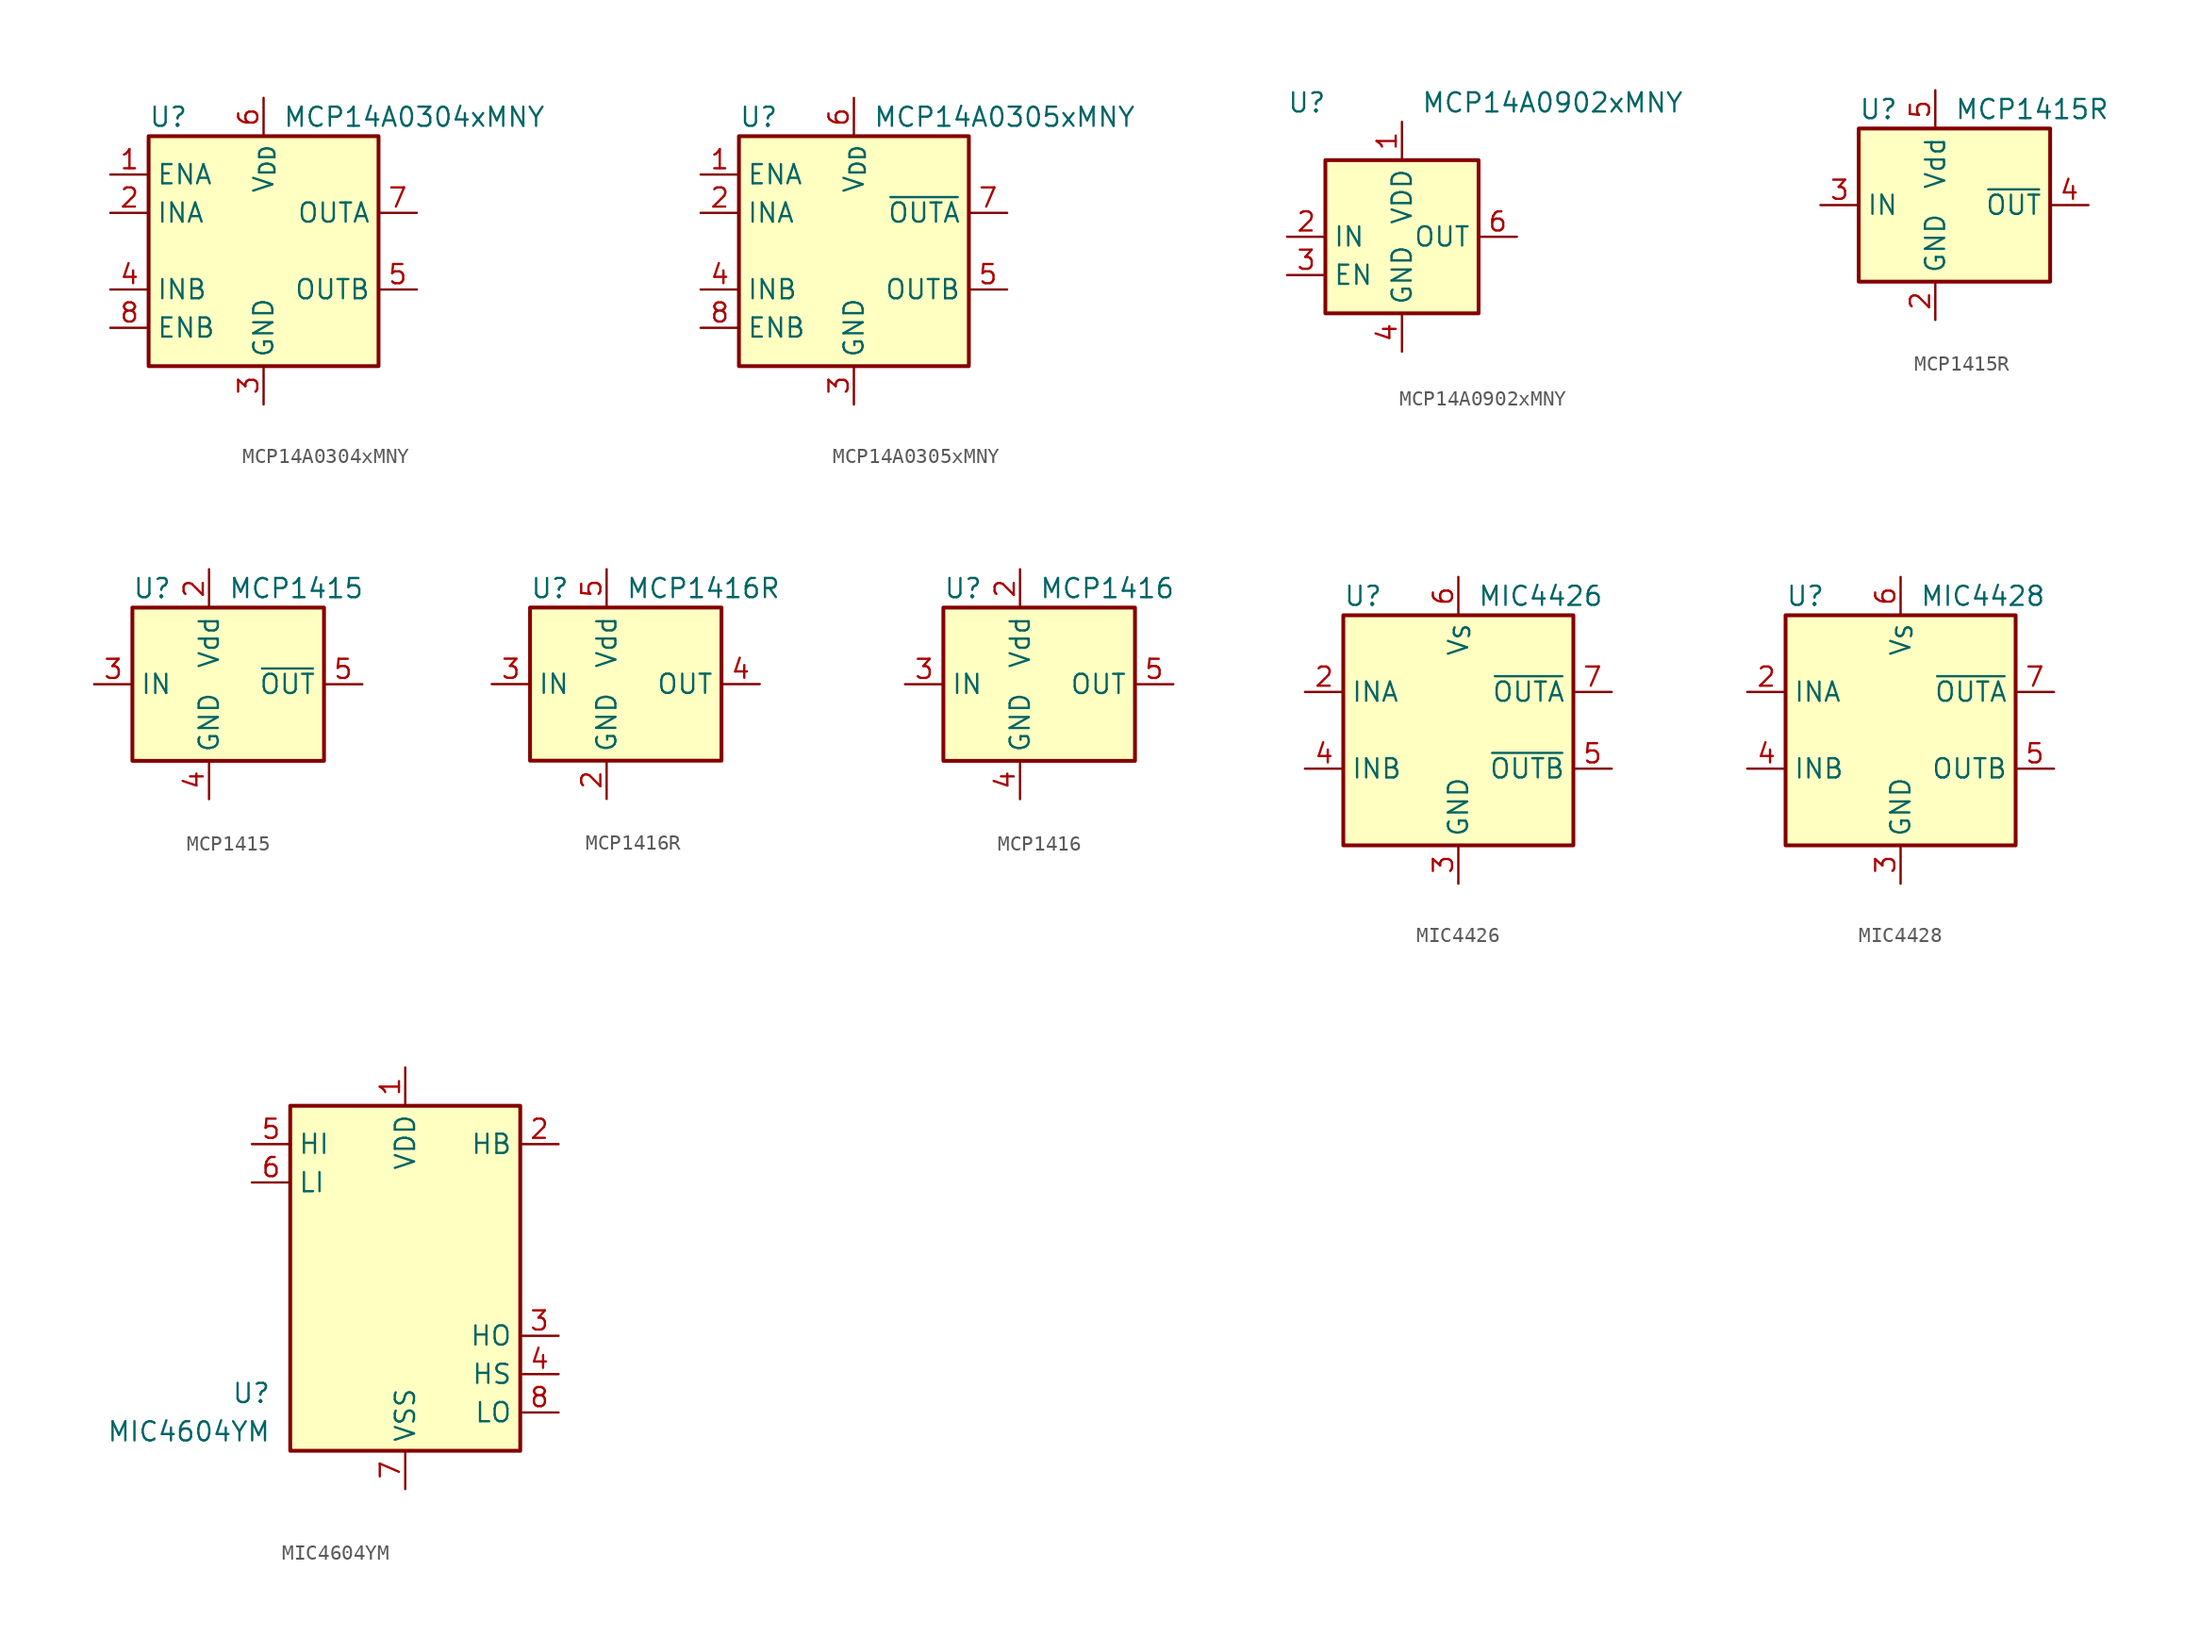
<source format=kicad_sym>
(kicad_symbol_lib
  (version 20241209)
  (generator "kicad_symbol_editor")
  (generator_version "9.0")
  (symbol "MCP14A0304xMNY"
    (property "Reference" "U"
      (at -7.62 8.89 0)
      (effects (font (size 1.27 1.27)) (justify left)))
    (property "Value" "MCP14A0304xMNY"
      (at 1.27 8.89 0)
      (effects (font (size 1.27 1.27)) (justify left)))
    (symbol "MCP14A0304xMNY_0_1"
      (rectangle (start -7.62 -7.62) (end 7.62 7.62) (stroke (width 0.254) (type default)) (fill (type background))))
    (symbol "MCP14A0304xMNY_1_1"
      (pin input line (at -10.16 5.08 0) (length 2.54) (name "ENA" (effects (font (size 1.27 1.27)))) (number "1" (effects (font (size 1.27 1.27)))))
      (pin input line (at -10.16 2.54 0) (length 2.54) (name "INA" (effects (font (size 1.27 1.27)))) (number "2" (effects (font (size 1.27 1.27)))))
      (pin input line (at -10.16 -2.54 0) (length 2.54) (name "INB" (effects (font (size 1.27 1.27)))) (number "4" (effects (font (size 1.27 1.27)))))
      (pin input line (at -10.16 -5.08 0) (length 2.54) (name "ENB" (effects (font (size 1.27 1.27)))) (number "8" (effects (font (size 1.27 1.27)))))
      (pin power_in line (at 0 10.16 270) (length 2.54) (name "V_{DD}" (effects (font (size 1.27 1.27)))) (number "6" (effects (font (size 1.27 1.27)))))
      (pin power_in line (at 0 -10.16 90) (length 2.54) (name "GND" (effects (font (size 1.27 1.27)))) (number "3" (effects (font (size 1.27 1.27)))))
      (pin passive line (at 0 -10.16 90) (length 2.54) (hide yes) (name "GND" (effects (font (size 1.27 1.27)))) (number "9" (effects (font (size 1.27 1.27)))))
      (pin output line (at 10.16 2.54 180) (length 2.54) (name "OUTA" (effects (font (size 1.27 1.27)))) (number "7" (effects (font (size 1.27 1.27)))))
      (pin output line (at 10.16 -2.54 180) (length 2.54) (name "OUTB" (effects (font (size 1.27 1.27)))) (number "5" (effects (font (size 1.27 1.27)))))))
  (symbol "MCP14A0305xMNY"
    (property "Reference" "U"
      (at -7.62 8.89 0)
      (effects (font (size 1.27 1.27)) (justify left)))
    (property "Value" "MCP14A0305xMNY"
      (at 1.27 8.89 0)
      (effects (font (size 1.27 1.27)) (justify left)))
    (symbol "MCP14A0305xMNY_0_1"
      (rectangle (start -7.62 -7.62) (end 7.62 7.62) (stroke (width 0.254) (type default)) (fill (type background))))
    (symbol "MCP14A0305xMNY_1_1"
      (pin input line (at -10.16 5.08 0) (length 2.54) (name "ENA" (effects (font (size 1.27 1.27)))) (number "1" (effects (font (size 1.27 1.27)))))
      (pin input line (at -10.16 2.54 0) (length 2.54) (name "INA" (effects (font (size 1.27 1.27)))) (number "2" (effects (font (size 1.27 1.27)))))
      (pin input line (at -10.16 -2.54 0) (length 2.54) (name "INB" (effects (font (size 1.27 1.27)))) (number "4" (effects (font (size 1.27 1.27)))))
      (pin input line (at -10.16 -5.08 0) (length 2.54) (name "ENB" (effects (font (size 1.27 1.27)))) (number "8" (effects (font (size 1.27 1.27)))))
      (pin power_in line (at 0 10.16 270) (length 2.54) (name "V_{DD}" (effects (font (size 1.27 1.27)))) (number "6" (effects (font (size 1.27 1.27)))))
      (pin power_in line (at 0 -10.16 90) (length 2.54) (name "GND" (effects (font (size 1.27 1.27)))) (number "3" (effects (font (size 1.27 1.27)))))
      (pin passive line (at 0 -10.16 90) (length 2.54) (hide yes) (name "GND" (effects (font (size 1.27 1.27)))) (number "9" (effects (font (size 1.27 1.27)))))
      (pin output line (at 10.16 2.54 180) (length 2.54) (name "~{OUTA}" (effects (font (size 1.27 1.27)))) (number "7" (effects (font (size 1.27 1.27)))))
      (pin output line (at 10.16 -2.54 180) (length 2.54) (name "OUTB" (effects (font (size 1.27 1.27)))) (number "5" (effects (font (size 1.27 1.27)))))))
  (symbol "MCP14A0902xMNY"
    (property "Reference" "U"
      (at -7.62 8.89 0)
      (effects (font (size 1.27 1.27)) (justify left)))
    (property "Value" "MCP14A0902xMNY"
      (at 1.27 8.89 0)
      (effects (font (size 1.27 1.27)) (justify left)))
    (symbol "MCP14A0902xMNY_1_1"
      (rectangle (start -5.08 -5.08) (end 5.08 5.08) (stroke (width 0.254) (type default)) (fill (type background)))
      (pin input line (at -7.62 0 0) (length 2.54) (name "IN" (effects (font (size 1.27 1.27)))) (number "2" (effects (font (size 1.27 1.27)))))
      (pin input line (at -7.62 -2.54 0) (length 2.54) (name "EN" (effects (font (size 1.27 1.27)))) (number "3" (effects (font (size 1.27 1.27)))))
      (pin power_in line (at 0 7.62 270) (length 2.54) (name "VDD" (effects (font (size 1.27 1.27)))) (number "1" (effects (font (size 1.27 1.27)))))
      (pin passive line (at 0 7.62 270) (length 2.54) (hide yes) (name "VDD" (effects (font (size 1.27 1.27)))) (number "8" (effects (font (size 1.27 1.27)))))
      (pin power_in line (at 0 -7.62 90) (length 2.54) (name "GND" (effects (font (size 1.27 1.27)))) (number "4" (effects (font (size 1.27 1.27)))))
      (pin passive line (at 0 -7.62 90) (length 2.54) (hide yes) (name "GND" (effects (font (size 1.27 1.27)))) (number "5" (effects (font (size 1.27 1.27)))))
      (pin passive line (at 0 -7.62 90) (length 2.54) (hide yes) (name "GND" (effects (font (size 1.27 1.27)))) (number "9" (effects (font (size 1.27 1.27)))))
      (pin output line (at 7.62 0 180) (length 2.54) (name "OUT" (effects (font (size 1.27 1.27)))) (number "6" (effects (font (size 1.27 1.27)))))
      (pin passive line (at 7.62 0 180) (length 2.54) (hide yes) (name "OUT" (effects (font (size 1.27 1.27)))) (number "7" (effects (font (size 1.27 1.27)))))))
  (symbol "MCP1415R"
    (property "Reference" "U"
      (at -5.08 6.35 0)
      (effects (font (size 1.27 1.27)) (justify left)))
    (property "Value" "MCP1415R"
      (at 1.27 6.35 0)
      (effects (font (size 1.27 1.27)) (justify left)))
    (symbol "MCP1415R_0_1"
      (rectangle (start -5.08 5.08) (end 7.62 -5.08) (stroke (width 0.254) (type default)) (fill (type background))))
    (symbol "MCP1415R_1_1"
      (pin input line (at -7.62 0 0) (length 2.54) (name "IN" (effects (font (size 1.27 1.27)))) (number "3" (effects (font (size 1.27 1.27)))))
      (pin power_in line (at 0 7.62 270) (length 2.54) (name "Vdd" (effects (font (size 1.27 1.27)))) (number "5" (effects (font (size 1.27 1.27)))))
      (pin power_in line (at 0 -7.62 90) (length 2.54) (name "GND" (effects (font (size 1.27 1.27)))) (number "2" (effects (font (size 1.27 1.27)))))
      (pin no_connect line (at 7.62 -2.54 180) (length 2.54) (hide yes) (name "NC" (effects (font (size 1.27 1.27)))) (number "1" (effects (font (size 1.27 1.27)))))
      (pin output line (at 10.16 0 180) (length 2.54) (name "~{OUT}" (effects (font (size 1.27 1.27)))) (number "4" (effects (font (size 1.27 1.27)))))))
  (symbol "MCP1415"
    (property "Reference" "U"
      (at -5.08 6.35 0)
      (effects (font (size 1.27 1.27)) (justify left)))
    (property "Value" "MCP1415"
      (at 1.27 6.35 0)
      (effects (font (size 1.27 1.27)) (justify left)))
    (symbol "MCP1415_0_1"
      (rectangle (start -5.08 5.08) (end 7.62 -5.08) (stroke (width 0.254) (type default)) (fill (type background))))
    (symbol "MCP1415_1_1"
      (pin input line (at -7.62 0 0) (length 2.54) (name "IN" (effects (font (size 1.27 1.27)))) (number "3" (effects (font (size 1.27 1.27)))))
      (pin power_in line (at 0 7.62 270) (length 2.54) (name "Vdd" (effects (font (size 1.27 1.27)))) (number "2" (effects (font (size 1.27 1.27)))))
      (pin power_in line (at 0 -7.62 90) (length 2.54) (name "GND" (effects (font (size 1.27 1.27)))) (number "4" (effects (font (size 1.27 1.27)))))
      (pin no_connect line (at 7.62 -2.54 180) (length 2.54) (hide yes) (name "NC" (effects (font (size 1.27 1.27)))) (number "1" (effects (font (size 1.27 1.27)))))
      (pin output line (at 10.16 0 180) (length 2.54) (name "~{OUT}" (effects (font (size 1.27 1.27)))) (number "5" (effects (font (size 1.27 1.27)))))))
  (symbol "MCP1416R"
    (property "Reference" "U"
      (at -5.08 6.35 0)
      (effects (font (size 1.27 1.27)) (justify left)))
    (property "Value" "MCP1416R"
      (at 1.27 6.35 0)
      (effects (font (size 1.27 1.27)) (justify left)))
    (symbol "MCP1416R_0_1"
      (rectangle (start -5.08 5.08) (end 7.62 -5.08) (stroke (width 0.254) (type default)) (fill (type background))))
    (symbol "MCP1416R_1_1"
      (pin input line (at -7.62 0 0) (length 2.54) (name "IN" (effects (font (size 1.27 1.27)))) (number "3" (effects (font (size 1.27 1.27)))))
      (pin power_in line (at 0 7.62 270) (length 2.54) (name "Vdd" (effects (font (size 1.27 1.27)))) (number "5" (effects (font (size 1.27 1.27)))))
      (pin power_in line (at 0 -7.62 90) (length 2.54) (name "GND" (effects (font (size 1.27 1.27)))) (number "2" (effects (font (size 1.27 1.27)))))
      (pin no_connect line (at 7.62 -2.54 180) (length 2.54) (hide yes) (name "NC" (effects (font (size 1.27 1.27)))) (number "1" (effects (font (size 1.27 1.27)))))
      (pin output line (at 10.16 0 180) (length 2.54) (name "OUT" (effects (font (size 1.27 1.27)))) (number "4" (effects (font (size 1.27 1.27)))))))
  (symbol "MCP1416"
    (property "Reference" "U"
      (at -5.08 6.35 0)
      (effects (font (size 1.27 1.27)) (justify left)))
    (property "Value" "MCP1416"
      (at 1.27 6.35 0)
      (effects (font (size 1.27 1.27)) (justify left)))
    (symbol "MCP1416_0_1"
      (rectangle (start -5.08 5.08) (end 7.62 -5.08) (stroke (width 0.254) (type default)) (fill (type background))))
    (symbol "MCP1416_1_1"
      (pin input line (at -7.62 0 0) (length 2.54) (name "IN" (effects (font (size 1.27 1.27)))) (number "3" (effects (font (size 1.27 1.27)))))
      (pin power_in line (at 0 7.62 270) (length 2.54) (name "Vdd" (effects (font (size 1.27 1.27)))) (number "2" (effects (font (size 1.27 1.27)))))
      (pin power_in line (at 0 -7.62 90) (length 2.54) (name "GND" (effects (font (size 1.27 1.27)))) (number "4" (effects (font (size 1.27 1.27)))))
      (pin no_connect line (at 7.62 -2.54 180) (length 2.54) (hide yes) (name "NC" (effects (font (size 1.27 1.27)))) (number "1" (effects (font (size 1.27 1.27)))))
      (pin output line (at 10.16 0 180) (length 2.54) (name "OUT" (effects (font (size 1.27 1.27)))) (number "5" (effects (font (size 1.27 1.27)))))))
  (symbol "MIC4426"
    (property "Reference" "U"
      (at -7.62 8.89 0)
      (effects (font (size 1.27 1.27)) (justify left)))
    (property "Value" "MIC4426"
      (at 1.27 8.89 0)
      (effects (font (size 1.27 1.27)) (justify left)))
    (symbol "MIC4426_0_1"
      (rectangle (start -7.62 7.62) (end 7.62 -7.62) (stroke (width 0.254) (type default)) (fill (type background))))
    (symbol "MIC4426_1_1"
      (pin input line (at -10.16 2.54 0) (length 2.54) (name "INA" (effects (font (size 1.27 1.27)))) (number "2" (effects (font (size 1.27 1.27)))))
      (pin input line (at -10.16 -2.54 0) (length 2.54) (name "INB" (effects (font (size 1.27 1.27)))) (number "4" (effects (font (size 1.27 1.27)))))
      (pin no_connect line (at -7.62 0 0) (length 2.54) (hide yes) (name "NC" (effects (font (size 1.27 1.27)))) (number "1" (effects (font (size 1.27 1.27)))))
      (pin power_in line (at 0 10.16 270) (length 2.54) (name "V_{S}" (effects (font (size 1.27 1.27)))) (number "6" (effects (font (size 1.27 1.27)))))
      (pin power_in line (at 0 -10.16 90) (length 2.54) (name "GND" (effects (font (size 1.27 1.27)))) (number "3" (effects (font (size 1.27 1.27)))))
      (pin no_connect line (at 7.62 0 180) (length 2.54) (hide yes) (name "NC" (effects (font (size 1.27 1.27)))) (number "8" (effects (font (size 1.27 1.27)))))
      (pin output line (at 10.16 2.54 180) (length 2.54) (name "~{OUTA}" (effects (font (size 1.27 1.27)))) (number "7" (effects (font (size 1.27 1.27)))))
      (pin output line (at 10.16 -2.54 180) (length 2.54) (name "~{OUTB}" (effects (font (size 1.27 1.27)))) (number "5" (effects (font (size 1.27 1.27)))))))
  (symbol "MIC4428"
    (property "Reference" "U"
      (at -7.62 8.89 0)
      (effects (font (size 1.27 1.27)) (justify left)))
    (property "Value" "MIC4428"
      (at 1.27 8.89 0)
      (effects (font (size 1.27 1.27)) (justify left)))
    (symbol "MIC4428_0_1"
      (rectangle (start -7.62 -7.62) (end 7.62 7.62) (stroke (width 0.254) (type default)) (fill (type background))))
    (symbol "MIC4428_1_1"
      (pin input line (at -10.16 2.54 0) (length 2.54) (name "INA" (effects (font (size 1.27 1.27)))) (number "2" (effects (font (size 1.27 1.27)))))
      (pin input line (at -10.16 -2.54 0) (length 2.54) (name "INB" (effects (font (size 1.27 1.27)))) (number "4" (effects (font (size 1.27 1.27)))))
      (pin no_connect line (at -7.62 0 0) (length 2.54) (hide yes) (name "NC" (effects (font (size 1.27 1.27)))) (number "1" (effects (font (size 1.27 1.27)))))
      (pin power_in line (at 0 10.16 270) (length 2.54) (name "V_{S}" (effects (font (size 1.27 1.27)))) (number "6" (effects (font (size 1.27 1.27)))))
      (pin power_in line (at 0 -10.16 90) (length 2.54) (name "GND" (effects (font (size 1.27 1.27)))) (number "3" (effects (font (size 1.27 1.27)))))
      (pin no_connect line (at 7.62 0 180) (length 2.54) (hide yes) (name "NC" (effects (font (size 1.27 1.27)))) (number "8" (effects (font (size 1.27 1.27)))))
      (pin output line (at 10.16 2.54 180) (length 2.54) (name "~{OUTA}" (effects (font (size 1.27 1.27)))) (number "7" (effects (font (size 1.27 1.27)))))
      (pin output line (at 10.16 -2.54 180) (length 2.54) (name "OUTB" (effects (font (size 1.27 1.27)))) (number "5" (effects (font (size 1.27 1.27)))))))
  (symbol "MIC4604YM"
    (property "Reference" "U"
      (at -8.89 -8.89 0)
      (effects (font (size 1.27 1.27)) (justify right)))
    (property "Value" "MIC4604YM"
      (at -8.89 -11.43 0)
      (effects (font (size 1.27 1.27)) (justify right)))
    (symbol "MIC4604YM_0_1"
      (rectangle (start -7.62 -12.7) (end 7.62 10.16) (stroke (width 0.254) (type default)) (fill (type background))))
    (symbol "MIC4604YM_1_1"
      (pin input line (at -10.16 7.62 0) (length 2.54) (name "HI" (effects (font (size 1.27 1.27)))) (number "5" (effects (font (size 1.27 1.27)))))
      (pin input line (at -10.16 5.08 0) (length 2.54) (name "LI" (effects (font (size 1.27 1.27)))) (number "6" (effects (font (size 1.27 1.27)))))
      (pin power_in line (at 0 12.7 270) (length 2.54) (name "VDD" (effects (font (size 1.27 1.27)))) (number "1" (effects (font (size 1.27 1.27)))))
      (pin power_in line (at 0 -15.24 90) (length 2.54) (name "VSS" (effects (font (size 1.27 1.27)))) (number "7" (effects (font (size 1.27 1.27)))))
      (pin passive line (at 10.16 7.62 180) (length 2.54) (name "HB" (effects (font (size 1.27 1.27)))) (number "2" (effects (font (size 1.27 1.27)))))
      (pin output line (at 10.16 -5.08 180) (length 2.54) (name "HO" (effects (font (size 1.27 1.27)))) (number "3" (effects (font (size 1.27 1.27)))))
      (pin passive line (at 10.16 -7.62 180) (length 2.54) (name "HS" (effects (font (size 1.27 1.27)))) (number "4" (effects (font (size 1.27 1.27)))))
      (pin output line (at 10.16 -10.16 180) (length 2.54) (name "LO" (effects (font (size 1.27 1.27)))) (number "8" (effects (font (size 1.27 1.27))))))))
</source>
